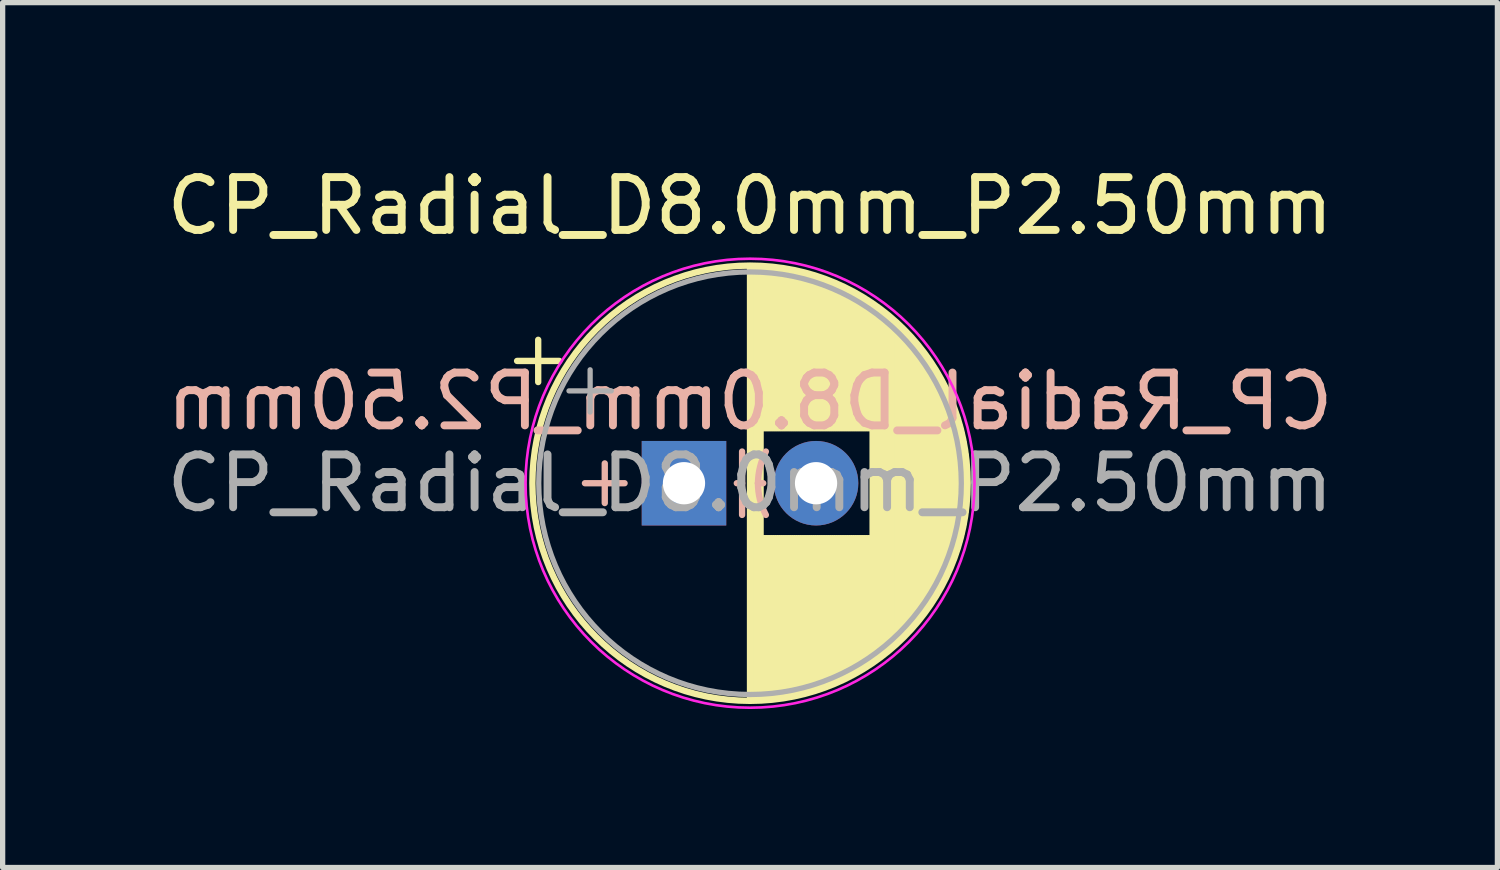
<source format=kicad_pcb>
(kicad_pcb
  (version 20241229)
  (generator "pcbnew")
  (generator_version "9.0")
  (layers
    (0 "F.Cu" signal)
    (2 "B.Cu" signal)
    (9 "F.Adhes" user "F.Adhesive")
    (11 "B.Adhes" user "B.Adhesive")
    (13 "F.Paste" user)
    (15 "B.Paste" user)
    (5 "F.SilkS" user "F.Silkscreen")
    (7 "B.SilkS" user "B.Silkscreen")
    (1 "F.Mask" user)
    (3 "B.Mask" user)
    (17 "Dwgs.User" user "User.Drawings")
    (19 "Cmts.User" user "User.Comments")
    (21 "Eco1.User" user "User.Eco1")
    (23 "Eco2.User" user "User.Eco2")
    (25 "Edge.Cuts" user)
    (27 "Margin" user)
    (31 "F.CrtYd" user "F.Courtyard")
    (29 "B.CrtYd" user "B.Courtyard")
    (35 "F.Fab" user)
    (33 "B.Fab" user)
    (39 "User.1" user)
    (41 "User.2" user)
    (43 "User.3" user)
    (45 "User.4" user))
  (footprint "CP_Radial_D8.0mm_P2.50mm"
    (layer "F.Cu")
    (at 9.899 6.098)
    (property "Reference" "CP_Radial_D8.0mm_P2.50mm" (at 1.25 -5.25 0) (layer "F.SilkS") (effects (font (size 1 1) (thickness 0.15))))
    (fp_line (start -3.16 -2.315) (end -2.36 -2.315) (stroke (width 0.12) (type solid)) (layer "F.SilkS"))
    (fp_line (start -2.76 -2.715) (end -2.76 -1.915) (stroke (width 0.12) (type solid)) (layer "F.SilkS"))
    (fp_line (start 1.25 -4.08) (end 1.25 4.08) (stroke (width 0.12) (type solid)) (layer "F.SilkS"))
    (fp_line (start 1.29 -4.08) (end 1.29 4.08) (stroke (width 0.12) (type solid)) (layer "F.SilkS"))
    (fp_line (start 1.33 -4.08) (end 1.33 4.08) (stroke (width 0.12) (type solid)) (layer "F.SilkS"))
    (fp_line (start 1.37 -4.079) (end 1.37 4.079) (stroke (width 0.12) (type solid)) (layer "F.SilkS"))
    (fp_line (start 1.41 -4.077) (end 1.41 4.077) (stroke (width 0.12) (type solid)) (layer "F.SilkS"))
    (fp_line (start 1.45 -4.076) (end 1.45 4.076) (stroke (width 0.12) (type solid)) (layer "F.SilkS"))
    (fp_line (start 1.49 -4.074) (end 1.49 -1.04) (stroke (width 0.12) (type solid)) (layer "F.SilkS"))
    (fp_line (start 1.49 1.04) (end 1.49 4.074) (stroke (width 0.12) (type solid)) (layer "F.SilkS"))
    (fp_line (start 1.53 -4.071) (end 1.53 -1.04) (stroke (width 0.12) (type solid)) (layer "F.SilkS"))
    (fp_line (start 1.53 1.04) (end 1.53 4.071) (stroke (width 0.12) (type solid)) (layer "F.SilkS"))
    (fp_line (start 1.57 -4.068) (end 1.57 -1.04) (stroke (width 0.12) (type solid)) (layer "F.SilkS"))
    (fp_line (start 1.57 1.04) (end 1.57 4.068) (stroke (width 0.12) (type solid)) (layer "F.SilkS"))
    (fp_line (start 1.61 -4.065) (end 1.61 -1.04) (stroke (width 0.12) (type solid)) (layer "F.SilkS"))
    (fp_line (start 1.61 1.04) (end 1.61 4.065) (stroke (width 0.12) (type solid)) (layer "F.SilkS"))
    (fp_line (start 1.65 -4.061) (end 1.65 -1.04) (stroke (width 0.12) (type solid)) (layer "F.SilkS"))
    (fp_line (start 1.65 1.04) (end 1.65 4.061) (stroke (width 0.12) (type solid)) (layer "F.SilkS"))
    (fp_line (start 1.69 -4.057) (end 1.69 -1.04) (stroke (width 0.12) (type solid)) (layer "F.SilkS"))
    (fp_line (start 1.69 1.04) (end 1.69 4.057) (stroke (width 0.12) (type solid)) (layer "F.SilkS"))
    (fp_line (start 1.73 -4.052) (end 1.73 -1.04) (stroke (width 0.12) (type solid)) (layer "F.SilkS"))
    (fp_line (start 1.73 1.04) (end 1.73 4.052) (stroke (width 0.12) (type solid)) (layer "F.SilkS"))
    (fp_line (start 1.77 -4.048) (end 1.77 -1.04) (stroke (width 0.12) (type solid)) (layer "F.SilkS"))
    (fp_line (start 1.77 1.04) (end 1.77 4.048) (stroke (width 0.12) (type solid)) (layer "F.SilkS"))
    (fp_line (start 1.81 -4.042) (end 1.81 -1.04) (stroke (width 0.12) (type solid)) (layer "F.SilkS"))
    (fp_line (start 1.81 1.04) (end 1.81 4.042) (stroke (width 0.12) (type solid)) (layer "F.SilkS"))
    (fp_line (start 1.85 -4.037) (end 1.85 -1.04) (stroke (width 0.12) (type solid)) (layer "F.SilkS"))
    (fp_line (start 1.85 1.04) (end 1.85 4.037) (stroke (width 0.12) (type solid)) (layer "F.SilkS"))
    (fp_line (start 1.89 -4.03) (end 1.89 -1.04) (stroke (width 0.12) (type solid)) (layer "F.SilkS"))
    (fp_line (start 1.89 1.04) (end 1.89 4.03) (stroke (width 0.12) (type solid)) (layer "F.SilkS"))
    (fp_line (start 1.93 -4.024) (end 1.93 -1.04) (stroke (width 0.12) (type solid)) (layer "F.SilkS"))
    (fp_line (start 1.93 1.04) (end 1.93 4.024) (stroke (width 0.12) (type solid)) (layer "F.SilkS"))
    (fp_line (start 1.971 -4.017) (end 1.971 -1.04) (stroke (width 0.12) (type solid)) (layer "F.SilkS"))
    (fp_line (start 1.971 1.04) (end 1.971 4.017) (stroke (width 0.12) (type solid)) (layer "F.SilkS"))
    (fp_line (start 2.011 -4.01) (end 2.011 -1.04) (stroke (width 0.12) (type solid)) (layer "F.SilkS"))
    (fp_line (start 2.011 1.04) (end 2.011 4.01) (stroke (width 0.12) (type solid)) (layer "F.SilkS"))
    (fp_line (start 2.051 -4.002) (end 2.051 -1.04) (stroke (width 0.12) (type solid)) (layer "F.SilkS"))
    (fp_line (start 2.051 1.04) (end 2.051 4.002) (stroke (width 0.12) (type solid)) (layer "F.SilkS"))
    (fp_line (start 2.091 -3.994) (end 2.091 -1.04) (stroke (width 0.12) (type solid)) (layer "F.SilkS"))
    (fp_line (start 2.091 1.04) (end 2.091 3.994) (stroke (width 0.12) (type solid)) (layer "F.SilkS"))
    (fp_line (start 2.131 -3.985) (end 2.131 -1.04) (stroke (width 0.12) (type solid)) (layer "F.SilkS"))
    (fp_line (start 2.131 1.04) (end 2.131 3.985) (stroke (width 0.12) (type solid)) (layer "F.SilkS"))
    (fp_line (start 2.171 -3.976) (end 2.171 -1.04) (stroke (width 0.12) (type solid)) (layer "F.SilkS"))
    (fp_line (start 2.171 1.04) (end 2.171 3.976) (stroke (width 0.12) (type solid)) (layer "F.SilkS"))
    (fp_line (start 2.211 -3.967) (end 2.211 -1.04) (stroke (width 0.12) (type solid)) (layer "F.SilkS"))
    (fp_line (start 2.211 1.04) (end 2.211 3.967) (stroke (width 0.12) (type solid)) (layer "F.SilkS"))
    (fp_line (start 2.251 -3.957) (end 2.251 -1.04) (stroke (width 0.12) (type solid)) (layer "F.SilkS"))
    (fp_line (start 2.251 1.04) (end 2.251 3.957) (stroke (width 0.12) (type solid)) (layer "F.SilkS"))
    (fp_line (start 2.291 -3.947) (end 2.291 -1.04) (stroke (width 0.12) (type solid)) (layer "F.SilkS"))
    (fp_line (start 2.291 1.04) (end 2.291 3.947) (stroke (width 0.12) (type solid)) (layer "F.SilkS"))
    (fp_line (start 2.331 -3.936) (end 2.331 -1.04) (stroke (width 0.12) (type solid)) (layer "F.SilkS"))
    (fp_line (start 2.331 1.04) (end 2.331 3.936) (stroke (width 0.12) (type solid)) (layer "F.SilkS"))
    (fp_line (start 2.371 -3.925) (end 2.371 -1.04) (stroke (width 0.12) (type solid)) (layer "F.SilkS"))
    (fp_line (start 2.371 1.04) (end 2.371 3.925) (stroke (width 0.12) (type solid)) (layer "F.SilkS"))
    (fp_line (start 2.411 -3.914) (end 2.411 -1.04) (stroke (width 0.12) (type solid)) (layer "F.SilkS"))
    (fp_line (start 2.411 1.04) (end 2.411 3.914) (stroke (width 0.12) (type solid)) (layer "F.SilkS"))
    (fp_line (start 2.451 -3.902) (end 2.451 -1.04) (stroke (width 0.12) (type solid)) (layer "F.SilkS"))
    (fp_line (start 2.451 1.04) (end 2.451 3.902) (stroke (width 0.12) (type solid)) (layer "F.SilkS"))
    (fp_line (start 2.491 -3.889) (end 2.491 -1.04) (stroke (width 0.12) (type solid)) (layer "F.SilkS"))
    (fp_line (start 2.491 1.04) (end 2.491 3.889) (stroke (width 0.12) (type solid)) (layer "F.SilkS"))
    (fp_line (start 2.531 -3.877) (end 2.531 -1.04) (stroke (width 0.12) (type solid)) (layer "F.SilkS"))
    (fp_line (start 2.531 1.04) (end 2.531 3.877) (stroke (width 0.12) (type solid)) (layer "F.SilkS"))
    (fp_line (start 2.571 -3.863) (end 2.571 -1.04) (stroke (width 0.12) (type solid)) (layer "F.SilkS"))
    (fp_line (start 2.571 1.04) (end 2.571 3.863) (stroke (width 0.12) (type solid)) (layer "F.SilkS"))
    (fp_line (start 2.611 -3.85) (end 2.611 -1.04) (stroke (width 0.12) (type solid)) (layer "F.SilkS"))
    (fp_line (start 2.611 1.04) (end 2.611 3.85) (stroke (width 0.12) (type solid)) (layer "F.SilkS"))
    (fp_line (start 2.651 -3.835) (end 2.651 -1.04) (stroke (width 0.12) (type solid)) (layer "F.SilkS"))
    (fp_line (start 2.651 1.04) (end 2.651 3.835) (stroke (width 0.12) (type solid)) (layer "F.SilkS"))
    (fp_line (start 2.691 -3.821) (end 2.691 -1.04) (stroke (width 0.12) (type solid)) (layer "F.SilkS"))
    (fp_line (start 2.691 1.04) (end 2.691 3.821) (stroke (width 0.12) (type solid)) (layer "F.SilkS"))
    (fp_line (start 2.731 -3.805) (end 2.731 -1.04) (stroke (width 0.12) (type solid)) (layer "F.SilkS"))
    (fp_line (start 2.731 1.04) (end 2.731 3.805) (stroke (width 0.12) (type solid)) (layer "F.SilkS"))
    (fp_line (start 2.771 -3.79) (end 2.771 -1.04) (stroke (width 0.12) (type solid)) (layer "F.SilkS"))
    (fp_line (start 2.771 1.04) (end 2.771 3.79) (stroke (width 0.12) (type solid)) (layer "F.SilkS"))
    (fp_line (start 2.811 -3.774) (end 2.811 -1.04) (stroke (width 0.12) (type solid)) (layer "F.SilkS"))
    (fp_line (start 2.811 1.04) (end 2.811 3.774) (stroke (width 0.12) (type solid)) (layer "F.SilkS"))
    (fp_line (start 2.851 -3.757) (end 2.851 -1.04) (stroke (width 0.12) (type solid)) (layer "F.SilkS"))
    (fp_line (start 2.851 1.04) (end 2.851 3.757) (stroke (width 0.12) (type solid)) (layer "F.SilkS"))
    (fp_line (start 2.891 -3.74) (end 2.891 -1.04) (stroke (width 0.12) (type solid)) (layer "F.SilkS"))
    (fp_line (start 2.891 1.04) (end 2.891 3.74) (stroke (width 0.12) (type solid)) (layer "F.SilkS"))
    (fp_line (start 2.931 -3.722) (end 2.931 -1.04) (stroke (width 0.12) (type solid)) (layer "F.SilkS"))
    (fp_line (start 2.931 1.04) (end 2.931 3.722) (stroke (width 0.12) (type solid)) (layer "F.SilkS"))
    (fp_line (start 2.971 -3.704) (end 2.971 -1.04) (stroke (width 0.12) (type solid)) (layer "F.SilkS"))
    (fp_line (start 2.971 1.04) (end 2.971 3.704) (stroke (width 0.12) (type solid)) (layer "F.SilkS"))
    (fp_line (start 3.011 -3.686) (end 3.011 -1.04) (stroke (width 0.12) (type solid)) (layer "F.SilkS"))
    (fp_line (start 3.011 1.04) (end 3.011 3.686) (stroke (width 0.12) (type solid)) (layer "F.SilkS"))
    (fp_line (start 3.051 -3.666) (end 3.051 -1.04) (stroke (width 0.12) (type solid)) (layer "F.SilkS"))
    (fp_line (start 3.051 1.04) (end 3.051 3.666) (stroke (width 0.12) (type solid)) (layer "F.SilkS"))
    (fp_line (start 3.091 -3.647) (end 3.091 -1.04) (stroke (width 0.12) (type solid)) (layer "F.SilkS"))
    (fp_line (start 3.091 1.04) (end 3.091 3.647) (stroke (width 0.12) (type solid)) (layer "F.SilkS"))
    (fp_line (start 3.131 -3.627) (end 3.131 -1.04) (stroke (width 0.12) (type solid)) (layer "F.SilkS"))
    (fp_line (start 3.131 1.04) (end 3.131 3.627) (stroke (width 0.12) (type solid)) (layer "F.SilkS"))
    (fp_line (start 3.171 -3.606) (end 3.171 -1.04) (stroke (width 0.12) (type solid)) (layer "F.SilkS"))
    (fp_line (start 3.171 1.04) (end 3.171 3.606) (stroke (width 0.12) (type solid)) (layer "F.SilkS"))
    (fp_line (start 3.211 -3.584) (end 3.211 -1.04) (stroke (width 0.12) (type solid)) (layer "F.SilkS"))
    (fp_line (start 3.211 1.04) (end 3.211 3.584) (stroke (width 0.12) (type solid)) (layer "F.SilkS"))
    (fp_line (start 3.251 -3.562) (end 3.251 -1.04) (stroke (width 0.12) (type solid)) (layer "F.SilkS"))
    (fp_line (start 3.251 1.04) (end 3.251 3.562) (stroke (width 0.12) (type solid)) (layer "F.SilkS"))
    (fp_line (start 3.291 -3.54) (end 3.291 -1.04) (stroke (width 0.12) (type solid)) (layer "F.SilkS"))
    (fp_line (start 3.291 1.04) (end 3.291 3.54) (stroke (width 0.12) (type solid)) (layer "F.SilkS"))
    (fp_line (start 3.331 -3.517) (end 3.331 -1.04) (stroke (width 0.12) (type solid)) (layer "F.SilkS"))
    (fp_line (start 3.331 1.04) (end 3.331 3.517) (stroke (width 0.12) (type solid)) (layer "F.SilkS"))
    (fp_line (start 3.371 -3.493) (end 3.371 -1.04) (stroke (width 0.12) (type solid)) (layer "F.SilkS"))
    (fp_line (start 3.371 1.04) (end 3.371 3.493) (stroke (width 0.12) (type solid)) (layer "F.SilkS"))
    (fp_line (start 3.411 -3.469) (end 3.411 -1.04) (stroke (width 0.12) (type solid)) (layer "F.SilkS"))
    (fp_line (start 3.411 1.04) (end 3.411 3.469) (stroke (width 0.12) (type solid)) (layer "F.SilkS"))
    (fp_line (start 3.451 -3.444) (end 3.451 -1.04) (stroke (width 0.12) (type solid)) (layer "F.SilkS"))
    (fp_line (start 3.451 1.04) (end 3.451 3.444) (stroke (width 0.12) (type solid)) (layer "F.SilkS"))
    (fp_line (start 3.491 -3.418) (end 3.491 -1.04) (stroke (width 0.12) (type solid)) (layer "F.SilkS"))
    (fp_line (start 3.491 1.04) (end 3.491 3.418) (stroke (width 0.12) (type solid)) (layer "F.SilkS"))
    (fp_line (start 3.531 -3.392) (end 3.531 -1.04) (stroke (width 0.12) (type solid)) (layer "F.SilkS"))
    (fp_line (start 3.531 1.04) (end 3.531 3.392) (stroke (width 0.12) (type solid)) (layer "F.SilkS"))
    (fp_line (start 3.571 -3.365) (end 3.571 3.365) (stroke (width 0.12) (type solid)) (layer "F.SilkS"))
    (fp_line (start 3.611 -3.338) (end 3.611 3.338) (stroke (width 0.12) (type solid)) (layer "F.SilkS"))
    (fp_line (start 3.651 -3.309) (end 3.651 3.309) (stroke (width 0.12) (type solid)) (layer "F.SilkS"))
    (fp_line (start 3.691 -3.28) (end 3.691 3.28) (stroke (width 0.12) (type solid)) (layer "F.SilkS"))
    (fp_line (start 3.731 -3.25) (end 3.731 3.25) (stroke (width 0.12) (type solid)) (layer "F.SilkS"))
    (fp_line (start 3.771 -3.22) (end 3.771 3.22) (stroke (width 0.12) (type solid)) (layer "F.SilkS"))
    (fp_line (start 3.811 -3.189) (end 3.811 3.189) (stroke (width 0.12) (type solid)) (layer "F.SilkS"))
    (fp_line (start 3.851 -3.156) (end 3.851 3.156) (stroke (width 0.12) (type solid)) (layer "F.SilkS"))
    (fp_line (start 3.891 -3.124) (end 3.891 3.124) (stroke (width 0.12) (type solid)) (layer "F.SilkS"))
    (fp_line (start 3.931 -3.09) (end 3.931 3.09) (stroke (width 0.12) (type solid)) (layer "F.SilkS"))
    (fp_line (start 3.971 -3.055) (end 3.971 3.055) (stroke (width 0.12) (type solid)) (layer "F.SilkS"))
    (fp_line (start 4.011 -3.019) (end 4.011 3.019) (stroke (width 0.12) (type solid)) (layer "F.SilkS"))
    (fp_line (start 4.051 -2.983) (end 4.051 2.983) (stroke (width 0.12) (type solid)) (layer "F.SilkS"))
    (fp_line (start 4.091 -2.945) (end 4.091 2.945) (stroke (width 0.12) (type solid)) (layer "F.SilkS"))
    (fp_line (start 4.131 -2.907) (end 4.131 2.907) (stroke (width 0.12) (type solid)) (layer "F.SilkS"))
    (fp_line (start 4.171 -2.867) (end 4.171 2.867) (stroke (width 0.12) (type solid)) (layer "F.SilkS"))
    (fp_line (start 4.211 -2.826) (end 4.211 2.826) (stroke (width 0.12) (type solid)) (layer "F.SilkS"))
    (fp_line (start 4.251 -2.784) (end 4.251 2.784) (stroke (width 0.12) (type solid)) (layer "F.SilkS"))
    (fp_line (start 4.291 -2.741) (end 4.291 2.741) (stroke (width 0.12) (type solid)) (layer "F.SilkS"))
    (fp_line (start 4.331 -2.697) (end 4.331 2.697) (stroke (width 0.12) (type solid)) (layer "F.SilkS"))
    (fp_line (start 4.371 -2.651) (end 4.371 2.651) (stroke (width 0.12) (type solid)) (layer "F.SilkS"))
    (fp_line (start 4.411 -2.604) (end 4.411 2.604) (stroke (width 0.12) (type solid)) (layer "F.SilkS"))
    (fp_line (start 4.451 -2.556) (end 4.451 2.556) (stroke (width 0.12) (type solid)) (layer "F.SilkS"))
    (fp_line (start 4.491 -2.505) (end 4.491 2.505) (stroke (width 0.12) (type solid)) (layer "F.SilkS"))
    (fp_line (start 4.531 -2.454) (end 4.531 2.454) (stroke (width 0.12) (type solid)) (layer "F.SilkS"))
    (fp_line (start 4.571 -2.4) (end 4.571 2.4) (stroke (width 0.12) (type solid)) (layer "F.SilkS"))
    (fp_line (start 4.611 -2.345) (end 4.611 2.345) (stroke (width 0.12) (type solid)) (layer "F.SilkS"))
    (fp_line (start 4.651 -2.287) (end 4.651 2.287) (stroke (width 0.12) (type solid)) (layer "F.SilkS"))
    (fp_line (start 4.691 -2.228) (end 4.691 2.228) (stroke (width 0.12) (type solid)) (layer "F.SilkS"))
    (fp_line (start 4.731 -2.166) (end 4.731 2.166) (stroke (width 0.12) (type solid)) (layer "F.SilkS"))
    (fp_line (start 4.771 -2.102) (end 4.771 2.102) (stroke (width 0.12) (type solid)) (layer "F.SilkS"))
    (fp_line (start 4.811 -2.034) (end 4.811 2.034) (stroke (width 0.12) (type solid)) (layer "F.SilkS"))
    (fp_line (start 4.851 -1.964) (end 4.851 1.964) (stroke (width 0.12) (type solid)) (layer "F.SilkS"))
    (fp_line (start 4.891 -1.89) (end 4.891 1.89) (stroke (width 0.12) (type solid)) (layer "F.SilkS"))
    (fp_line (start 4.931 -1.813) (end 4.931 1.813) (stroke (width 0.12) (type solid)) (layer "F.SilkS"))
    (fp_line (start 4.971 -1.731) (end 4.971 1.731) (stroke (width 0.12) (type solid)) (layer "F.SilkS"))
    (fp_line (start 5.011 -1.645) (end 5.011 1.645) (stroke (width 0.12) (type solid)) (layer "F.SilkS"))
    (fp_line (start 5.051 -1.552) (end 5.051 1.552) (stroke (width 0.12) (type solid)) (layer "F.SilkS"))
    (fp_line (start 5.091 -1.453) (end 5.091 1.453) (stroke (width 0.12) (type solid)) (layer "F.SilkS"))
    (fp_line (start 5.131 -1.346) (end 5.131 1.346) (stroke (width 0.12) (type solid)) (layer "F.SilkS"))
    (fp_line (start 5.171 -1.229) (end 5.171 1.229) (stroke (width 0.12) (type solid)) (layer "F.SilkS"))
    (fp_line (start 5.211 -1.098) (end 5.211 1.098) (stroke (width 0.12) (type solid)) (layer "F.SilkS"))
    (fp_line (start 5.251 -0.948) (end 5.251 0.948) (stroke (width 0.12) (type solid)) (layer "F.SilkS"))
    (fp_line (start 5.291 -0.768) (end 5.291 0.768) (stroke (width 0.12) (type solid)) (layer "F.SilkS"))
    (fp_line (start 5.331 -0.533) (end 5.331 0.533) (stroke (width 0.12) (type solid)) (layer "F.SilkS"))
    (fp_circle (center 1.25 0) (end 5.37 0) (stroke (width 0.12) (type solid)) (fill no) (layer "F.SilkS"))
    (fp_line (start -1.5 -0.375) (end -1.5 0.375) (stroke (width 0.12) (type solid)) (layer "B.SilkS"))
    (fp_line (start -1.125 0) (end -1.875 0) (stroke (width 0.12) (type solid)) (layer "B.SilkS"))
    (fp_line (start 1.1 0) (end 1 0) (stroke (width 0.12) (type solid)) (layer "B.SilkS"))
    (fp_line (start 1.1 0.6) (end 1.1 -0.6) (stroke (width 0.12) (type solid)) (layer "B.SilkS"))
    (fp_line (start 1.4 0) (end 1.5 0) (stroke (width 0.12) (type solid)) (layer "B.SilkS"))
    (fp_arc (start 1.4 0) (mid 1.440022 -0.308744) (end 1.55 -0.6) (stroke (width 0.12) (type solid)) (layer "B.SilkS"))
    (fp_arc (start 1.55 0.6) (mid 1.438098 0.309225) (end 1.4 0) (stroke (width 0.12) (type solid)) (layer "B.SilkS"))
    (fp_circle (center 1.25 0) (end 5.5 0) (stroke (width 0.05) (type solid)) (fill no) (layer "F.CrtYd"))
    (fp_line (start -2.177 -1.748) (end -1.377 -1.748) (stroke (width 0.1) (type solid)) (layer "F.Fab"))
    (fp_line (start -1.777 -2.147) (end -1.777 -1.347) (stroke (width 0.1) (type solid)) (layer "F.Fab"))
    (fp_circle (center 1.25 0) (end 5.25 0) (stroke (width 0.1) (type solid)) (fill no) (layer "F.Fab"))
    (fp_text user "${REFERENCE}" (at 1.25 -1.55 0) (layer "B.SilkS") (effects (font (size 1 1) (thickness 0.15)) (justify mirror)))
    (fp_text user "${REFERENCE}" (at 1.25 0 0) (layer "F.Fab") (effects (font (size 1 1) (thickness 0.15))))
    (pad "1" thru_hole rect (at 0 0) (size 1.6 1.6) (drill 0.8) (layers "*.Cu" "*.Mask"))
    (pad "2" thru_hole circle (at 2.5 0) (size 1.6 1.6) (drill 0.8) (layers "*.Cu" "*.Mask")))
  (gr_rect
    (start -3 -3)
    (end 25.298 13.373)
    (stroke (width 0.1) (type default))
    (fill no)
    (layer "Edge.Cuts")))
</source>
